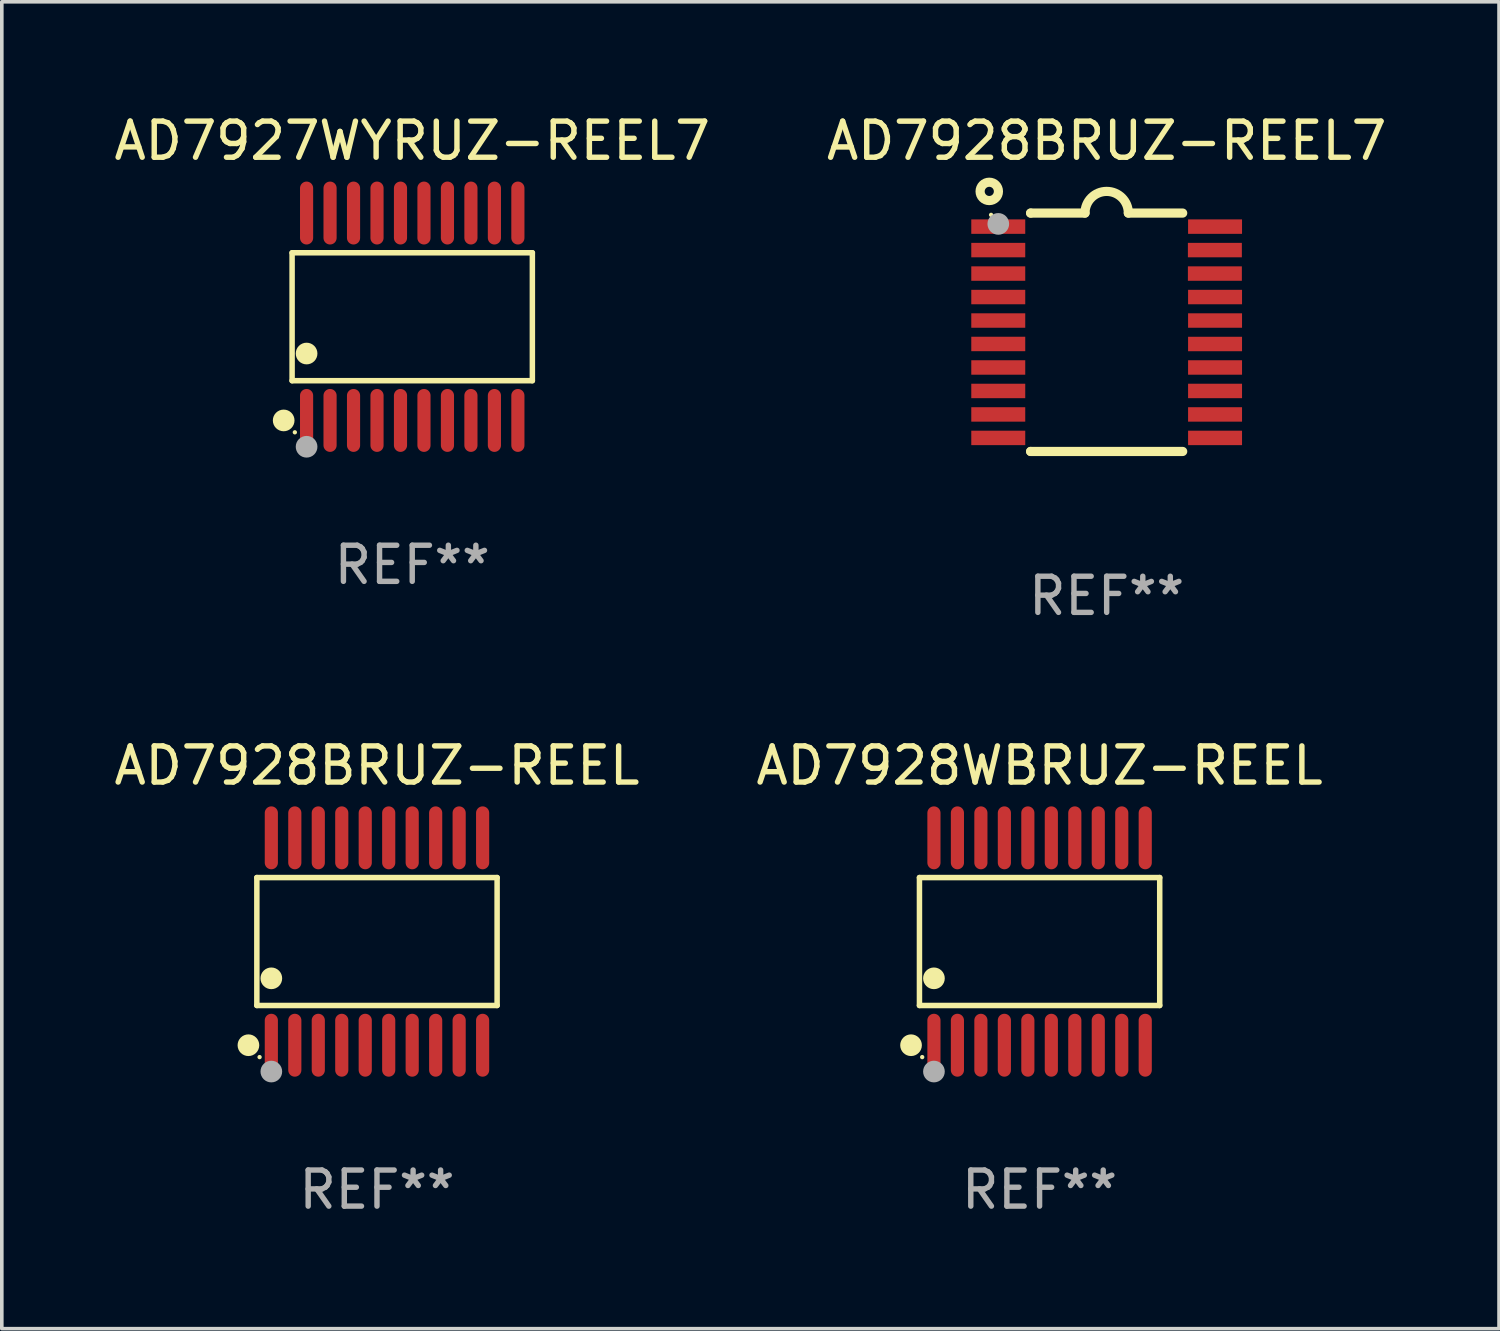
<source format=kicad_pcb>
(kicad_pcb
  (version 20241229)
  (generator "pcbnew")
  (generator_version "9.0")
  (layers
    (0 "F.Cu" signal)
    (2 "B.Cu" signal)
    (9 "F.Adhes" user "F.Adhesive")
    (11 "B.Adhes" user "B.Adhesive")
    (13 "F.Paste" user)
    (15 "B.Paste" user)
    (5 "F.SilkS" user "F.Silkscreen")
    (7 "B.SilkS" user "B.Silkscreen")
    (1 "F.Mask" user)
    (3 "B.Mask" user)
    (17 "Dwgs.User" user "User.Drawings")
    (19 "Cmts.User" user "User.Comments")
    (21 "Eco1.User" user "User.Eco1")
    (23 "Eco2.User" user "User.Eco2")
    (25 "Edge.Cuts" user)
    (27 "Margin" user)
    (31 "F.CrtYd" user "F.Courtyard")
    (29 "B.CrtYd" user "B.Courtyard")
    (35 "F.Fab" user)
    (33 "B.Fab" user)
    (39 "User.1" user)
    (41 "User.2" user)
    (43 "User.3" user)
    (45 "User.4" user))
  (footprint "AD7927WYRUZ-REEL7"
    (layer "F.Cu")
    (at 8.363 5.719)
    (property "Reference" "AD7927WYRUZ-REEL7" (at 0 -4.871 0) (layer "F.SilkS") (effects (font (size 1 1) (thickness 0.15))))
    (attr through_hole)
    (fp_line (start -3.326 -1.771) (end 3.326 -1.771) (stroke (width 0.152) (type solid)) (layer "F.SilkS"))
    (fp_line (start -3.326 1.771) (end -3.326 -1.771) (stroke (width 0.152) (type solid)) (layer "F.SilkS"))
    (fp_line (start 3.326 -1.771) (end 3.326 1.771) (stroke (width 0.152) (type solid)) (layer "F.SilkS"))
    (fp_line (start 3.326 1.771) (end -3.326 1.771) (stroke (width 0.152) (type solid)) (layer "F.SilkS"))
    (fp_circle (center -3.559 2.871) (end -3.409 2.871) (stroke (width 0.3) (type solid)) (fill no) (layer "F.SilkS"))
    (fp_circle (center -3.25 3.2) (end -3.22 3.2) (stroke (width 0.06) (type solid)) (fill no) (layer "F.SilkS"))
    (fp_circle (center -2.925 1.019) (end -2.775 1.019) (stroke (width 0.3) (type solid)) (fill no) (layer "F.SilkS"))
    (fp_circle (center -2.925 3.6) (end -2.775 3.6) (stroke (width 0.3) (type solid)) (fill no) (layer "F.Fab"))
    (fp_text user "REF**" (at 0 6.871 0) (layer "F.Fab") (effects (font (size 1 1) (thickness 0.15))))
    (pad "1" smd oval (at -2.925 2.871) (size 0.364 1.742) (layers "F.Cu" "F.Mask" "F.Paste"))
    (pad "2" smd oval (at -2.275 2.871) (size 0.364 1.742) (layers "F.Cu" "F.Mask" "F.Paste"))
    (pad "3" smd oval (at -1.625 2.871) (size 0.364 1.742) (layers "F.Cu" "F.Mask" "F.Paste"))
    (pad "4" smd oval (at -0.975 2.871) (size 0.364 1.742) (layers "F.Cu" "F.Mask" "F.Paste"))
    (pad "5" smd oval (at -0.325 2.871) (size 0.364 1.742) (layers "F.Cu" "F.Mask" "F.Paste"))
    (pad "6" smd oval (at 0.325 2.871) (size 0.364 1.742) (layers "F.Cu" "F.Mask" "F.Paste"))
    (pad "7" smd oval (at 0.975 2.871) (size 0.364 1.742) (layers "F.Cu" "F.Mask" "F.Paste"))
    (pad "8" smd oval (at 1.625 2.871) (size 0.364 1.742) (layers "F.Cu" "F.Mask" "F.Paste"))
    (pad "9" smd oval (at 2.275 2.871) (size 0.364 1.742) (layers "F.Cu" "F.Mask" "F.Paste"))
    (pad "10" smd oval (at 2.925 2.871) (size 0.364 1.742) (layers "F.Cu" "F.Mask" "F.Paste"))
    (pad "11" smd oval (at 2.925 -2.871) (size 0.364 1.742) (layers "F.Cu" "F.Mask" "F.Paste"))
    (pad "12" smd oval (at 2.275 -2.871) (size 0.364 1.742) (layers "F.Cu" "F.Mask" "F.Paste"))
    (pad "13" smd oval (at 1.625 -2.871) (size 0.364 1.742) (layers "F.Cu" "F.Mask" "F.Paste"))
    (pad "14" smd oval (at 0.975 -2.871) (size 0.364 1.742) (layers "F.Cu" "F.Mask" "F.Paste"))
    (pad "15" smd oval (at 0.325 -2.871) (size 0.364 1.742) (layers "F.Cu" "F.Mask" "F.Paste"))
    (pad "16" smd oval (at -0.325 -2.871) (size 0.364 1.742) (layers "F.Cu" "F.Mask" "F.Paste"))
    (pad "17" smd oval (at -0.975 -2.871) (size 0.364 1.742) (layers "F.Cu" "F.Mask" "F.Paste"))
    (pad "18" smd oval (at -1.625 -2.871) (size 0.364 1.742) (layers "F.Cu" "F.Mask" "F.Paste"))
    (pad "19" smd oval (at -2.275 -2.871) (size 0.364 1.742) (layers "F.Cu" "F.Mask" "F.Paste"))
    (pad "20" smd oval (at -2.925 -2.871) (size 0.364 1.742) (layers "F.Cu" "F.Mask" "F.Paste")))
  (footprint "AD7928BRUZ-REEL7"
    (layer "F.Cu")
    (at 27.589 6.149)
    (property "Reference" "AD7928BRUZ-REEL7" (at 0 -5.3 0) (layer "F.SilkS") (effects (font (size 1 1) (thickness 0.15))))
    (attr through_hole)
    (fp_line (start -2.105 -3.3) (end -2.105 -3.3) (stroke (width 0.254) (type solid)) (layer "F.SilkS"))
    (fp_line (start -2.105 -3.3) (end -0.6 -3.3) (stroke (width 0.254) (type solid)) (layer "F.SilkS"))
    (fp_line (start -2.105 3.3) (end -2.105 3.3) (stroke (width 0.254) (type solid)) (layer "F.SilkS"))
    (fp_line (start 0.6 -3.3) (end 2.105 -3.3) (stroke (width 0.254) (type solid)) (layer "F.SilkS"))
    (fp_line (start 2.105 3.3) (end -2.105 3.3) (stroke (width 0.254) (type solid)) (layer "F.SilkS"))
    (fp_arc (start -0.599924 -3.300026) (mid 0.000114 -3.897415) (end 0.600152 -3.300025) (stroke (width 0.254001) (type solid)) (layer "F.SilkS"))
    (fp_circle (center -3.25 -3.9) (end -2.996 -3.9) (stroke (width 0.254) (type solid)) (fill no) (layer "F.SilkS"))
    (fp_circle (center -3.2 -3.25) (end -3.17 -3.25) (stroke (width 0.06) (type solid)) (fill no) (layer "F.SilkS"))
    (fp_circle (center -3 -3) (end -2.85 -3) (stroke (width 0.3) (type solid)) (fill no) (layer "F.Fab"))
    (fp_text user "REF**" (at 0 7.3 0) (layer "F.Fab") (effects (font (size 1 1) (thickness 0.15))))
    (pad "1" smd rect (at -3.001 -2.925 270) (size 0.4 1.494) (layers "F.Cu" "F.Mask" "F.Paste"))
    (pad "2" smd rect (at -3.001 -2.275 270) (size 0.4 1.494) (layers "F.Cu" "F.Mask" "F.Paste"))
    (pad "3" smd rect (at -3.001 -1.625 270) (size 0.4 1.494) (layers "F.Cu" "F.Mask" "F.Paste"))
    (pad "4" smd rect (at -3.001 -0.975 270) (size 0.4 1.494) (layers "F.Cu" "F.Mask" "F.Paste"))
    (pad "5" smd rect (at -3.001 -0.325 270) (size 0.4 1.494) (layers "F.Cu" "F.Mask" "F.Paste"))
    (pad "6" smd rect (at -3.001 0.324 270) (size 0.4 1.494) (layers "F.Cu" "F.Mask" "F.Paste"))
    (pad "7" smd rect (at -3.001 0.975 270) (size 0.4 1.494) (layers "F.Cu" "F.Mask" "F.Paste"))
    (pad "8" smd rect (at -3.001 1.625 270) (size 0.4 1.494) (layers "F.Cu" "F.Mask" "F.Paste"))
    (pad "9" smd rect (at -3.001 2.275 270) (size 0.4 1.494) (layers "F.Cu" "F.Mask" "F.Paste"))
    (pad "10" smd rect (at -3.001 2.925 270) (size 0.4 1.494) (layers "F.Cu" "F.Mask" "F.Paste"))
    (pad "11" smd rect (at 3.001 2.925 270) (size 0.4 1.494) (layers "F.Cu" "F.Mask" "F.Paste"))
    (pad "12" smd rect (at 3.001 2.275 270) (size 0.4 1.494) (layers "F.Cu" "F.Mask" "F.Paste"))
    (pad "13" smd rect (at 3.001 1.625 270) (size 0.4 1.494) (layers "F.Cu" "F.Mask" "F.Paste"))
    (pad "14" smd rect (at 3.001 0.975 270) (size 0.4 1.494) (layers "F.Cu" "F.Mask" "F.Paste"))
    (pad "15" smd rect (at 3.001 0.325 270) (size 0.4 1.494) (layers "F.Cu" "F.Mask" "F.Paste"))
    (pad "16" smd rect (at 3.001 -0.325 270) (size 0.4 1.494) (layers "F.Cu" "F.Mask" "F.Paste"))
    (pad "17" smd rect (at 3.001 -0.975 270) (size 0.4 1.494) (layers "F.Cu" "F.Mask" "F.Paste"))
    (pad "18" smd rect (at 2.996 -1.625 270) (size 0.4 1.494) (layers "F.Cu" "F.Mask" "F.Paste"))
    (pad "19" smd rect (at 2.996 -2.275 270) (size 0.4 1.494) (layers "F.Cu" "F.Mask" "F.Paste"))
    (pad "20" smd rect (at 3.001 -2.925 270) (size 0.4 1.494) (layers "F.Cu" "F.Mask" "F.Paste")))
  (footprint "AD7928WBRUZ-REEL"
    (layer "F.Cu")
    (at 25.732 23.017)
    (property "Reference" "AD7928WBRUZ-REEL" (at 0 -4.871 0) (layer "F.SilkS") (effects (font (size 1 1) (thickness 0.15))))
    (attr through_hole)
    (fp_line (start -3.326 -1.771) (end 3.326 -1.771) (stroke (width 0.152) (type solid)) (layer "F.SilkS"))
    (fp_line (start -3.326 1.771) (end -3.326 -1.771) (stroke (width 0.152) (type solid)) (layer "F.SilkS"))
    (fp_line (start 3.326 -1.771) (end 3.326 1.771) (stroke (width 0.152) (type solid)) (layer "F.SilkS"))
    (fp_line (start 3.326 1.771) (end -3.326 1.771) (stroke (width 0.152) (type solid)) (layer "F.SilkS"))
    (fp_circle (center -3.559 2.871) (end -3.409 2.871) (stroke (width 0.3) (type solid)) (fill no) (layer "F.SilkS"))
    (fp_circle (center -3.25 3.2) (end -3.22 3.2) (stroke (width 0.06) (type solid)) (fill no) (layer "F.SilkS"))
    (fp_circle (center -2.925 1.019) (end -2.775 1.019) (stroke (width 0.3) (type solid)) (fill no) (layer "F.SilkS"))
    (fp_circle (center -2.925 3.6) (end -2.775 3.6) (stroke (width 0.3) (type solid)) (fill no) (layer "F.Fab"))
    (fp_text user "REF**" (at 0 6.871 0) (layer "F.Fab") (effects (font (size 1 1) (thickness 0.15))))
    (pad "1" smd oval (at -2.925 2.871) (size 0.364 1.742) (layers "F.Cu" "F.Mask" "F.Paste"))
    (pad "2" smd oval (at -2.275 2.871) (size 0.364 1.742) (layers "F.Cu" "F.Mask" "F.Paste"))
    (pad "3" smd oval (at -1.625 2.871) (size 0.364 1.742) (layers "F.Cu" "F.Mask" "F.Paste"))
    (pad "4" smd oval (at -0.975 2.871) (size 0.364 1.742) (layers "F.Cu" "F.Mask" "F.Paste"))
    (pad "5" smd oval (at -0.325 2.871) (size 0.364 1.742) (layers "F.Cu" "F.Mask" "F.Paste"))
    (pad "6" smd oval (at 0.325 2.871) (size 0.364 1.742) (layers "F.Cu" "F.Mask" "F.Paste"))
    (pad "7" smd oval (at 0.975 2.871) (size 0.364 1.742) (layers "F.Cu" "F.Mask" "F.Paste"))
    (pad "8" smd oval (at 1.625 2.871) (size 0.364 1.742) (layers "F.Cu" "F.Mask" "F.Paste"))
    (pad "9" smd oval (at 2.275 2.871) (size 0.364 1.742) (layers "F.Cu" "F.Mask" "F.Paste"))
    (pad "10" smd oval (at 2.925 2.871) (size 0.364 1.742) (layers "F.Cu" "F.Mask" "F.Paste"))
    (pad "11" smd oval (at 2.925 -2.871) (size 0.364 1.742) (layers "F.Cu" "F.Mask" "F.Paste"))
    (pad "12" smd oval (at 2.275 -2.871) (size 0.364 1.742) (layers "F.Cu" "F.Mask" "F.Paste"))
    (pad "13" smd oval (at 1.625 -2.871) (size 0.364 1.742) (layers "F.Cu" "F.Mask" "F.Paste"))
    (pad "14" smd oval (at 0.975 -2.871) (size 0.364 1.742) (layers "F.Cu" "F.Mask" "F.Paste"))
    (pad "15" smd oval (at 0.325 -2.871) (size 0.364 1.742) (layers "F.Cu" "F.Mask" "F.Paste"))
    (pad "16" smd oval (at -0.325 -2.871) (size 0.364 1.742) (layers "F.Cu" "F.Mask" "F.Paste"))
    (pad "17" smd oval (at -0.975 -2.871) (size 0.364 1.742) (layers "F.Cu" "F.Mask" "F.Paste"))
    (pad "18" smd oval (at -1.625 -2.871) (size 0.364 1.742) (layers "F.Cu" "F.Mask" "F.Paste"))
    (pad "19" smd oval (at -2.275 -2.871) (size 0.364 1.742) (layers "F.Cu" "F.Mask" "F.Paste"))
    (pad "20" smd oval (at -2.925 -2.871) (size 0.364 1.742) (layers "F.Cu" "F.Mask" "F.Paste")))
  (footprint "AD7928BRUZ-REEL"
    (layer "F.Cu")
    (at 7.387 23.017)
    (property "Reference" "AD7928BRUZ-REEL" (at 0 -4.871 0) (layer "F.SilkS") (effects (font (size 1 1) (thickness 0.15))))
    (attr through_hole)
    (fp_line (start -3.326 -1.771) (end 3.326 -1.771) (stroke (width 0.152) (type solid)) (layer "F.SilkS"))
    (fp_line (start -3.326 1.771) (end -3.326 -1.771) (stroke (width 0.152) (type solid)) (layer "F.SilkS"))
    (fp_line (start 3.326 -1.771) (end 3.326 1.771) (stroke (width 0.152) (type solid)) (layer "F.SilkS"))
    (fp_line (start 3.326 1.771) (end -3.326 1.771) (stroke (width 0.152) (type solid)) (layer "F.SilkS"))
    (fp_circle (center -3.559 2.871) (end -3.409 2.871) (stroke (width 0.3) (type solid)) (fill no) (layer "F.SilkS"))
    (fp_circle (center -3.25 3.2) (end -3.22 3.2) (stroke (width 0.06) (type solid)) (fill no) (layer "F.SilkS"))
    (fp_circle (center -2.925 1.019) (end -2.775 1.019) (stroke (width 0.3) (type solid)) (fill no) (layer "F.SilkS"))
    (fp_circle (center -2.925 3.6) (end -2.775 3.6) (stroke (width 0.3) (type solid)) (fill no) (layer "F.Fab"))
    (fp_text user "REF**" (at 0 6.871 0) (layer "F.Fab") (effects (font (size 1 1) (thickness 0.15))))
    (pad "1" smd oval (at -2.925 2.871) (size 0.364 1.742) (layers "F.Cu" "F.Mask" "F.Paste"))
    (pad "2" smd oval (at -2.275 2.871) (size 0.364 1.742) (layers "F.Cu" "F.Mask" "F.Paste"))
    (pad "3" smd oval (at -1.625 2.871) (size 0.364 1.742) (layers "F.Cu" "F.Mask" "F.Paste"))
    (pad "4" smd oval (at -0.975 2.871) (size 0.364 1.742) (layers "F.Cu" "F.Mask" "F.Paste"))
    (pad "5" smd oval (at -0.325 2.871) (size 0.364 1.742) (layers "F.Cu" "F.Mask" "F.Paste"))
    (pad "6" smd oval (at 0.325 2.871) (size 0.364 1.742) (layers "F.Cu" "F.Mask" "F.Paste"))
    (pad "7" smd oval (at 0.975 2.871) (size 0.364 1.742) (layers "F.Cu" "F.Mask" "F.Paste"))
    (pad "8" smd oval (at 1.625 2.871) (size 0.364 1.742) (layers "F.Cu" "F.Mask" "F.Paste"))
    (pad "9" smd oval (at 2.275 2.871) (size 0.364 1.742) (layers "F.Cu" "F.Mask" "F.Paste"))
    (pad "10" smd oval (at 2.925 2.871) (size 0.364 1.742) (layers "F.Cu" "F.Mask" "F.Paste"))
    (pad "11" smd oval (at 2.925 -2.871) (size 0.364 1.742) (layers "F.Cu" "F.Mask" "F.Paste"))
    (pad "12" smd oval (at 2.275 -2.871) (size 0.364 1.742) (layers "F.Cu" "F.Mask" "F.Paste"))
    (pad "13" smd oval (at 1.625 -2.871) (size 0.364 1.742) (layers "F.Cu" "F.Mask" "F.Paste"))
    (pad "14" smd oval (at 0.975 -2.871) (size 0.364 1.742) (layers "F.Cu" "F.Mask" "F.Paste"))
    (pad "15" smd oval (at 0.325 -2.871) (size 0.364 1.742) (layers "F.Cu" "F.Mask" "F.Paste"))
    (pad "16" smd oval (at -0.325 -2.871) (size 0.364 1.742) (layers "F.Cu" "F.Mask" "F.Paste"))
    (pad "17" smd oval (at -0.975 -2.871) (size 0.364 1.742) (layers "F.Cu" "F.Mask" "F.Paste"))
    (pad "18" smd oval (at -1.625 -2.871) (size 0.364 1.742) (layers "F.Cu" "F.Mask" "F.Paste"))
    (pad "19" smd oval (at -2.275 -2.871) (size 0.364 1.742) (layers "F.Cu" "F.Mask" "F.Paste"))
    (pad "20" smd oval (at -2.925 -2.871) (size 0.364 1.742) (layers "F.Cu" "F.Mask" "F.Paste")))
  (gr_rect
    (start -3 -3)
    (end 38.452 33.736)
    (stroke (width 0.1) (type default))
    (fill no)
    (layer "Edge.Cuts")))
</source>
